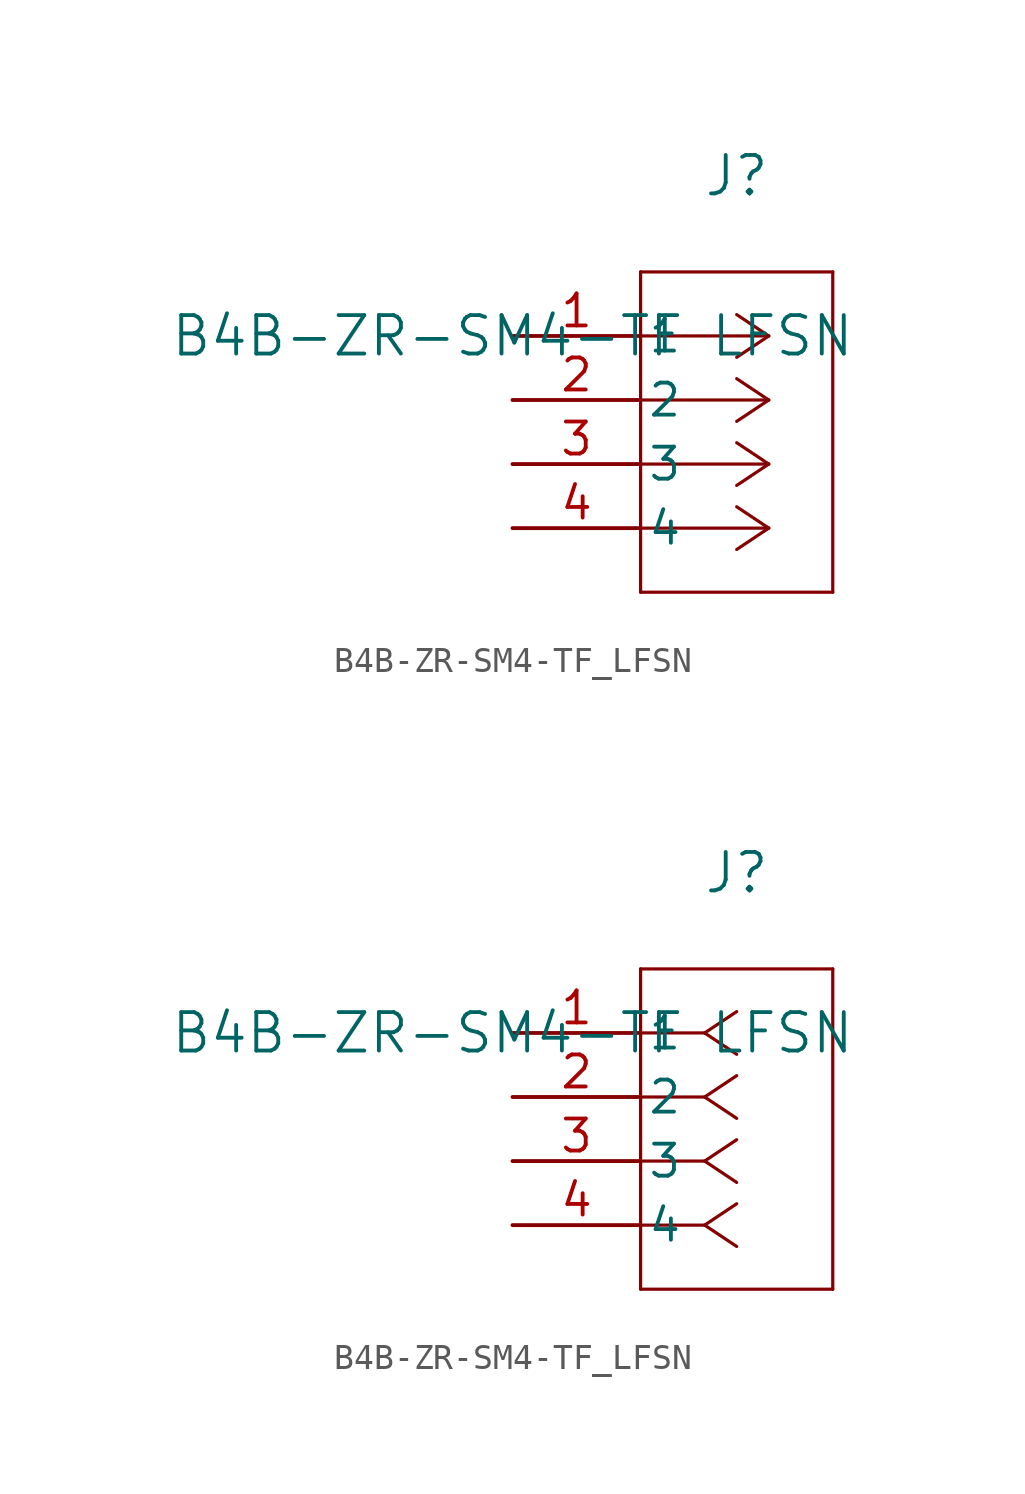
<source format=kicad_sym>
(kicad_symbol_lib
  (version 20211014)
  (generator kicad_symbol_editor)
  (symbol "B4B-ZR-SM4-TF_LFSN"
    (pin_names
      (offset 0.254))
    (property "Reference" "J"
      (at 8.89 6.35 0)
      (effects (font (size 1.524 1.524))))
    (property "Value" "B4B-ZR-SM4-TF LFSN"
      (at 0 0 0)
      (effects (font (size 1.524 1.524))))
    (symbol "B4B-ZR-SM4-TF_LFSN_1_1"
      (polyline (pts (xy 10.16 0) (xy 5.08 0)) (stroke (width 0.127) (type default) (color 0 0 0 0)) (fill (type none)))
      (polyline (pts (xy 10.16 -2.54) (xy 5.08 -2.54)) (stroke (width 0.127) (type default) (color 0 0 0 0)) (fill (type none)))
      (polyline (pts (xy 10.16 -5.08) (xy 5.08 -5.08)) (stroke (width 0.127) (type default) (color 0 0 0 0)) (fill (type none)))
      (polyline (pts (xy 10.16 -7.62) (xy 5.08 -7.62)) (stroke (width 0.127) (type default) (color 0 0 0 0)) (fill (type none)))
      (polyline (pts (xy 10.16 0) (xy 8.89 0.847)) (stroke (width 0.127) (type default) (color 0 0 0 0)) (fill (type none)))
      (polyline (pts (xy 10.16 -2.54) (xy 8.89 -1.693)) (stroke (width 0.127) (type default) (color 0 0 0 0)) (fill (type none)))
      (polyline (pts (xy 10.16 -5.08) (xy 8.89 -4.233)) (stroke (width 0.127) (type default) (color 0 0 0 0)) (fill (type none)))
      (polyline (pts (xy 10.16 -7.62) (xy 8.89 -6.773)) (stroke (width 0.127) (type default) (color 0 0 0 0)) (fill (type none)))
      (polyline (pts (xy 10.16 0) (xy 8.89 -0.847)) (stroke (width 0.127) (type default) (color 0 0 0 0)) (fill (type none)))
      (polyline (pts (xy 10.16 -2.54) (xy 8.89 -3.387)) (stroke (width 0.127) (type default) (color 0 0 0 0)) (fill (type none)))
      (polyline (pts (xy 10.16 -5.08) (xy 8.89 -5.927)) (stroke (width 0.127) (type default) (color 0 0 0 0)) (fill (type none)))
      (polyline (pts (xy 10.16 -7.62) (xy 8.89 -8.467)) (stroke (width 0.127) (type default) (color 0 0 0 0)) (fill (type none)))
      (polyline (pts (xy 5.08 2.54) (xy 5.08 -10.16)) (stroke (width 0.127) (type default) (color 0 0 0 0)) (fill (type none)))
      (polyline (pts (xy 5.08 -10.16) (xy 12.7 -10.16)) (stroke (width 0.127) (type default) (color 0 0 0 0)) (fill (type none)))
      (polyline (pts (xy 12.7 -10.16) (xy 12.7 2.54)) (stroke (width 0.127) (type default) (color 0 0 0 0)) (fill (type none)))
      (polyline (pts (xy 12.7 2.54) (xy 5.08 2.54)) (stroke (width 0.127) (type default) (color 0 0 0 0)) (fill (type none)))
      (pin unspecified line (at 0 0 0) (length 5.08) (name "1" (effects (font (size 1.27 1.27)))) (number "1" (effects (font (size 1.27 1.27)))))
      (pin unspecified line (at 0 -2.54 0) (length 5.08) (name "2" (effects (font (size 1.27 1.27)))) (number "2" (effects (font (size 1.27 1.27)))))
      (pin unspecified line (at 0 -5.08 0) (length 5.08) (name "3" (effects (font (size 1.27 1.27)))) (number "3" (effects (font (size 1.27 1.27)))))
      (pin unspecified line (at 0 -7.62 0) (length 5.08) (name "4" (effects (font (size 1.27 1.27)))) (number "4" (effects (font (size 1.27 1.27))))))
    (symbol "B4B-ZR-SM4-TF_LFSN_1_2"
      (polyline (pts (xy 7.62 0) (xy 5.08 0)) (stroke (width 0.127) (type default) (color 0 0 0 0)) (fill (type none)))
      (polyline (pts (xy 7.62 -2.54) (xy 5.08 -2.54)) (stroke (width 0.127) (type default) (color 0 0 0 0)) (fill (type none)))
      (polyline (pts (xy 7.62 -5.08) (xy 5.08 -5.08)) (stroke (width 0.127) (type default) (color 0 0 0 0)) (fill (type none)))
      (polyline (pts (xy 7.62 -7.62) (xy 5.08 -7.62)) (stroke (width 0.127) (type default) (color 0 0 0 0)) (fill (type none)))
      (polyline (pts (xy 7.62 0) (xy 8.89 0.847)) (stroke (width 0.127) (type default) (color 0 0 0 0)) (fill (type none)))
      (polyline (pts (xy 7.62 -2.54) (xy 8.89 -1.693)) (stroke (width 0.127) (type default) (color 0 0 0 0)) (fill (type none)))
      (polyline (pts (xy 7.62 -5.08) (xy 8.89 -4.233)) (stroke (width 0.127) (type default) (color 0 0 0 0)) (fill (type none)))
      (polyline (pts (xy 7.62 -7.62) (xy 8.89 -6.773)) (stroke (width 0.127) (type default) (color 0 0 0 0)) (fill (type none)))
      (polyline (pts (xy 7.62 0) (xy 8.89 -0.847)) (stroke (width 0.127) (type default) (color 0 0 0 0)) (fill (type none)))
      (polyline (pts (xy 7.62 -2.54) (xy 8.89 -3.387)) (stroke (width 0.127) (type default) (color 0 0 0 0)) (fill (type none)))
      (polyline (pts (xy 7.62 -5.08) (xy 8.89 -5.927)) (stroke (width 0.127) (type default) (color 0 0 0 0)) (fill (type none)))
      (polyline (pts (xy 7.62 -7.62) (xy 8.89 -8.467)) (stroke (width 0.127) (type default) (color 0 0 0 0)) (fill (type none)))
      (polyline (pts (xy 5.08 2.54) (xy 5.08 -10.16)) (stroke (width 0.127) (type default) (color 0 0 0 0)) (fill (type none)))
      (polyline (pts (xy 5.08 -10.16) (xy 12.7 -10.16)) (stroke (width 0.127) (type default) (color 0 0 0 0)) (fill (type none)))
      (polyline (pts (xy 12.7 -10.16) (xy 12.7 2.54)) (stroke (width 0.127) (type default) (color 0 0 0 0)) (fill (type none)))
      (polyline (pts (xy 12.7 2.54) (xy 5.08 2.54)) (stroke (width 0.127) (type default) (color 0 0 0 0)) (fill (type none)))
      (pin unspecified line (at 0 0 0) (length 5.08) (name "1" (effects (font (size 1.27 1.27)))) (number "1" (effects (font (size 1.27 1.27)))))
      (pin unspecified line (at 0 -2.54 0) (length 5.08) (name "2" (effects (font (size 1.27 1.27)))) (number "2" (effects (font (size 1.27 1.27)))))
      (pin unspecified line (at 0 -5.08 0) (length 5.08) (name "3" (effects (font (size 1.27 1.27)))) (number "3" (effects (font (size 1.27 1.27)))))
      (pin unspecified line (at 0 -7.62 0) (length 5.08) (name "4" (effects (font (size 1.27 1.27)))) (number "4" (effects (font (size 1.27 1.27))))))))
</source>
